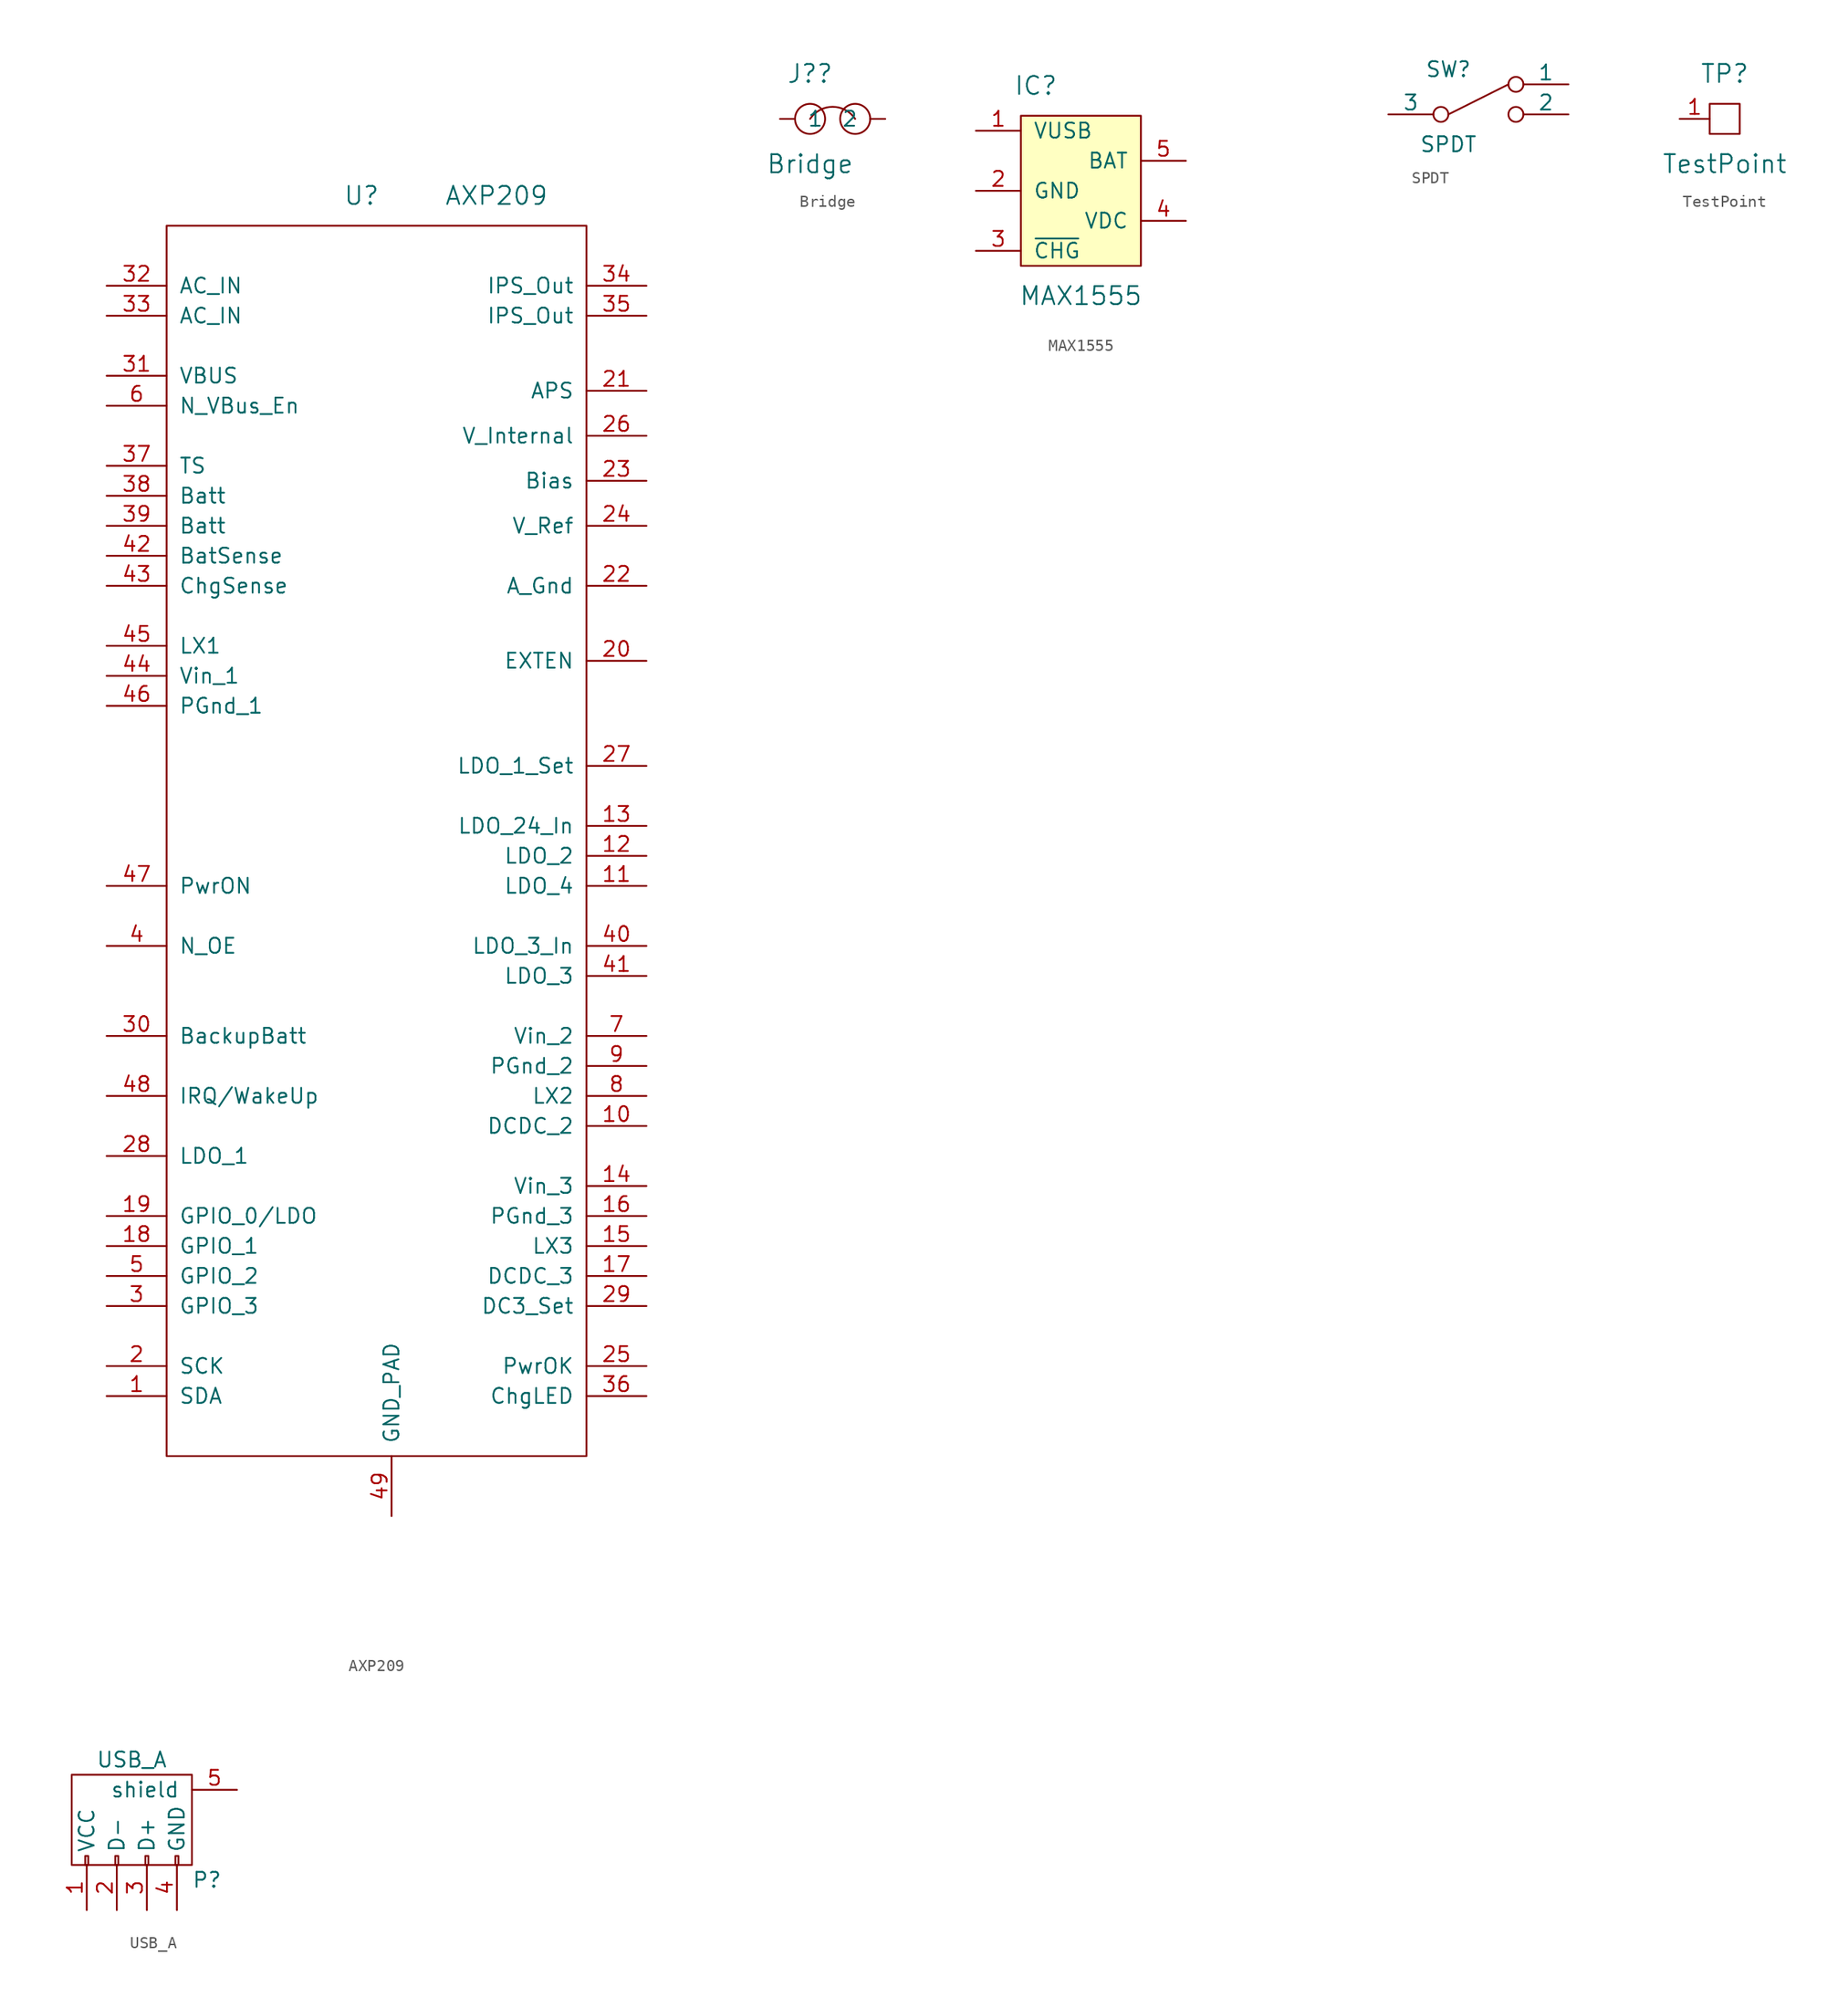
<source format=kicad_sym>
(kicad_symbol_lib
  (version 20201005)
  (generator kicad_symbol_editor)
  (symbol "AXP209"
    (pin_names
      (offset 1.016))
    (property "Reference" "U"
      (at -6.35 40.64 0)
      (effects (font (size 1.524 1.524))))
    (property "Value" "AXP209"
      (at 5.08 40.64 0)
      (effects (font (size 1.524 1.524))))
    (symbol "AXP209_0_1"
      (rectangle (start -22.86 38.1) (end 12.7 -66.04) (stroke (width 0)) (fill (type none))))
    (symbol "AXP209_1_1"
      (pin input line (at -27.94 -60.96 0) (length 5.08) (name "SDA" (effects (font (size 1.27 1.27)))) (number "1" (effects (font (size 1.27 1.27)))))
      (pin input line (at 17.78 -38.1 180) (length 5.08) (name "DCDC_2" (effects (font (size 1.27 1.27)))) (number "10" (effects (font (size 1.27 1.27)))))
      (pin input line (at 17.78 -17.78 180) (length 5.08) (name "LDO_4" (effects (font (size 1.27 1.27)))) (number "11" (effects (font (size 1.27 1.27)))))
      (pin input line (at 17.78 -15.24 180) (length 5.08) (name "LDO_2" (effects (font (size 1.27 1.27)))) (number "12" (effects (font (size 1.27 1.27)))))
      (pin input line (at 17.78 -12.7 180) (length 5.08) (name "LDO_24_In" (effects (font (size 1.27 1.27)))) (number "13" (effects (font (size 1.27 1.27)))))
      (pin input line (at 17.78 -43.18 180) (length 5.08) (name "Vin_3" (effects (font (size 1.27 1.27)))) (number "14" (effects (font (size 1.27 1.27)))))
      (pin input line (at 17.78 -48.26 180) (length 5.08) (name "LX3" (effects (font (size 1.27 1.27)))) (number "15" (effects (font (size 1.27 1.27)))))
      (pin input line (at 17.78 -45.72 180) (length 5.08) (name "PGnd_3" (effects (font (size 1.27 1.27)))) (number "16" (effects (font (size 1.27 1.27)))))
      (pin input line (at 17.78 -50.8 180) (length 5.08) (name "DCDC_3" (effects (font (size 1.27 1.27)))) (number "17" (effects (font (size 1.27 1.27)))))
      (pin input line (at -27.94 -48.26 0) (length 5.08) (name "GPIO_1" (effects (font (size 1.27 1.27)))) (number "18" (effects (font (size 1.27 1.27)))))
      (pin input line (at -27.94 -45.72 0) (length 5.08) (name "GPIO_0/LDO" (effects (font (size 1.27 1.27)))) (number "19" (effects (font (size 1.27 1.27)))))
      (pin input line (at -27.94 -58.42 0) (length 5.08) (name "SCK" (effects (font (size 1.27 1.27)))) (number "2" (effects (font (size 1.27 1.27)))))
      (pin output line (at 17.78 1.27 180) (length 5.08) (name "EXTEN" (effects (font (size 1.27 1.27)))) (number "20" (effects (font (size 1.27 1.27)))))
      (pin input line (at 17.78 24.13 180) (length 5.08) (name "APS" (effects (font (size 1.27 1.27)))) (number "21" (effects (font (size 1.27 1.27)))))
      (pin input line (at 17.78 7.62 180) (length 5.08) (name "A_Gnd" (effects (font (size 1.27 1.27)))) (number "22" (effects (font (size 1.27 1.27)))))
      (pin input line (at 17.78 16.51 180) (length 5.08) (name "Bias" (effects (font (size 1.27 1.27)))) (number "23" (effects (font (size 1.27 1.27)))))
      (pin input line (at 17.78 12.7 180) (length 5.08) (name "V_Ref" (effects (font (size 1.27 1.27)))) (number "24" (effects (font (size 1.27 1.27)))))
      (pin input line (at 17.78 -58.42 180) (length 5.08) (name "PwrOK" (effects (font (size 1.27 1.27)))) (number "25" (effects (font (size 1.27 1.27)))))
      (pin input line (at 17.78 20.32 180) (length 5.08) (name "V_Internal" (effects (font (size 1.27 1.27)))) (number "26" (effects (font (size 1.27 1.27)))))
      (pin input line (at 17.78 -7.62 180) (length 5.08) (name "LDO_1_Set" (effects (font (size 1.27 1.27)))) (number "27" (effects (font (size 1.27 1.27)))))
      (pin input line (at -27.94 -40.64 0) (length 5.08) (name "LDO_1" (effects (font (size 1.27 1.27)))) (number "28" (effects (font (size 1.27 1.27)))))
      (pin input line (at 17.78 -53.34 180) (length 5.08) (name "DC3_Set" (effects (font (size 1.27 1.27)))) (number "29" (effects (font (size 1.27 1.27)))))
      (pin input line (at -27.94 -53.34 0) (length 5.08) (name "GPIO_3" (effects (font (size 1.27 1.27)))) (number "3" (effects (font (size 1.27 1.27)))))
      (pin input line (at -27.94 -30.48 0) (length 5.08) (name "BackupBatt" (effects (font (size 1.27 1.27)))) (number "30" (effects (font (size 1.27 1.27)))))
      (pin input line (at -27.94 25.4 0) (length 5.08) (name "VBUS" (effects (font (size 1.27 1.27)))) (number "31" (effects (font (size 1.27 1.27)))))
      (pin input line (at -27.94 33.02 0) (length 5.08) (name "AC_IN" (effects (font (size 1.27 1.27)))) (number "32" (effects (font (size 1.27 1.27)))))
      (pin input line (at -27.94 30.48 0) (length 5.08) (name "AC_IN" (effects (font (size 1.27 1.27)))) (number "33" (effects (font (size 1.27 1.27)))))
      (pin input line (at 17.78 33.02 180) (length 5.08) (name "IPS_Out" (effects (font (size 1.27 1.27)))) (number "34" (effects (font (size 1.27 1.27)))))
      (pin input line (at 17.78 30.48 180) (length 5.08) (name "IPS_Out" (effects (font (size 1.27 1.27)))) (number "35" (effects (font (size 1.27 1.27)))))
      (pin input line (at 17.78 -60.96 180) (length 5.08) (name "ChgLED" (effects (font (size 1.27 1.27)))) (number "36" (effects (font (size 1.27 1.27)))))
      (pin input line (at -27.94 17.78 0) (length 5.08) (name "TS" (effects (font (size 1.27 1.27)))) (number "37" (effects (font (size 1.27 1.27)))))
      (pin input line (at -27.94 15.24 0) (length 5.08) (name "Batt" (effects (font (size 1.27 1.27)))) (number "38" (effects (font (size 1.27 1.27)))))
      (pin input line (at -27.94 12.7 0) (length 5.08) (name "Batt" (effects (font (size 1.27 1.27)))) (number "39" (effects (font (size 1.27 1.27)))))
      (pin input line (at -27.94 -22.86 0) (length 5.08) (name "N_OE" (effects (font (size 1.27 1.27)))) (number "4" (effects (font (size 1.27 1.27)))))
      (pin input line (at 17.78 -22.86 180) (length 5.08) (name "LDO_3_In" (effects (font (size 1.27 1.27)))) (number "40" (effects (font (size 1.27 1.27)))))
      (pin input line (at 17.78 -25.4 180) (length 5.08) (name "LDO_3" (effects (font (size 1.27 1.27)))) (number "41" (effects (font (size 1.27 1.27)))))
      (pin input line (at -27.94 10.16 0) (length 5.08) (name "BatSense" (effects (font (size 1.27 1.27)))) (number "42" (effects (font (size 1.27 1.27)))))
      (pin input line (at -27.94 7.62 0) (length 5.08) (name "ChgSense" (effects (font (size 1.27 1.27)))) (number "43" (effects (font (size 1.27 1.27)))))
      (pin input line (at -27.94 0 0) (length 5.08) (name "Vin_1" (effects (font (size 1.27 1.27)))) (number "44" (effects (font (size 1.27 1.27)))))
      (pin input line (at -27.94 2.54 0) (length 5.08) (name "LX1" (effects (font (size 1.27 1.27)))) (number "45" (effects (font (size 1.27 1.27)))))
      (pin input line (at -27.94 -2.54 0) (length 5.08) (name "PGnd_1" (effects (font (size 1.27 1.27)))) (number "46" (effects (font (size 1.27 1.27)))))
      (pin input line (at -27.94 -17.78 0) (length 5.08) (name "PwrON" (effects (font (size 1.27 1.27)))) (number "47" (effects (font (size 1.27 1.27)))))
      (pin input line (at -27.94 -35.56 0) (length 5.08) (name "IRQ/WakeUp" (effects (font (size 1.27 1.27)))) (number "48" (effects (font (size 1.27 1.27)))))
      (pin input line (at -3.81 -71.12 90) (length 5.08) (name "GND_PAD" (effects (font (size 1.27 1.27)))) (number "49" (effects (font (size 1.27 1.27)))))
      (pin input line (at -27.94 -50.8 0) (length 5.08) (name "GPIO_2" (effects (font (size 1.27 1.27)))) (number "5" (effects (font (size 1.27 1.27)))))
      (pin input line (at -27.94 22.86 0) (length 5.08) (name "N_VBus_En" (effects (font (size 1.27 1.27)))) (number "6" (effects (font (size 1.27 1.27)))))
      (pin input line (at 17.78 -30.48 180) (length 5.08) (name "Vin_2" (effects (font (size 1.27 1.27)))) (number "7" (effects (font (size 1.27 1.27)))))
      (pin input line (at 17.78 -35.56 180) (length 5.08) (name "LX2" (effects (font (size 1.27 1.27)))) (number "8" (effects (font (size 1.27 1.27)))))
      (pin input line (at 17.78 -33.02 180) (length 5.08) (name "PGnd_2" (effects (font (size 1.27 1.27)))) (number "9" (effects (font (size 1.27 1.27)))))))
  (symbol "Bridge"
    (pin_names
      (offset 1.016))
    (property "Reference" "J?"
      (at -1.27 3.81 0)
      (effects (font (size 1.524 1.524))))
    (property "Value" "Bridge"
      (at -1.27 -3.81 0)
      (effects (font (size 1.524 1.524))))
    (symbol "Bridge_0_1"
      (arc (start -1.27 0) (end 2.54 0) (radius (at 0.635 -1.27) (length 2.286) (angles 146.3 33.7)) (stroke (width 0)) (fill (type none)))
      (circle (center -1.27 0) (radius 1.27) (stroke (width 0)) (fill (type none)))
      (circle (center 2.54 0) (radius 1.27) (stroke (width 0)) (fill (type none))))
    (symbol "Bridge_1_1"
      (pin bidirectional line (at -3.81 0 0) (length 1.27) (name "1" (effects (font (size 1.27 1.27)))) (number "~" (effects (font (size 1.27 1.27)))))
      (pin bidirectional line (at 5.08 0 180) (length 1.27) (name "2" (effects (font (size 1.27 1.27)))) (number "~" (effects (font (size 1.27 1.27)))))))
  (symbol "MAX1555"
    (pin_names
      (offset 1.016))
    (property "Reference" "IC"
      (at -3.81 8.89 0)
      (effects (font (size 1.524 1.524))))
    (property "Value" "MAX1555"
      (at 0 -8.89 0)
      (effects (font (size 1.524 1.524))))
    (property "Footprint" ""
      (at 0 0 0)
      (effects (font (size 1.524 1.524))))
    (property "Datasheet" ""
      (at 0 0 0)
      (effects (font (size 1.524 1.524))))
    (symbol "MAX1555_0_1"
      (rectangle (start -5.08 6.35) (end 5.08 -6.35) (stroke (width 0)) (fill (type background))))
    (symbol "MAX1555_1_1"
      (pin power_in line (at -8.89 5.08 0) (length 3.81) (name "VUSB" (effects (font (size 1.27 1.27)))) (number "1" (effects (font (size 1.27 1.27)))))
      (pin power_in line (at -8.89 0 0) (length 3.81) (name "GND" (effects (font (size 1.27 1.27)))) (number "2" (effects (font (size 1.27 1.27)))))
      (pin output line (at -8.89 -5.08 0) (length 3.81) (name "~CHG~" (effects (font (size 1.27 1.27)))) (number "3" (effects (font (size 1.27 1.27)))))
      (pin power_in line (at 8.89 -2.54 180) (length 3.81) (name "VDC" (effects (font (size 1.27 1.27)))) (number "4" (effects (font (size 1.27 1.27)))))
      (pin power_in line (at 8.89 2.54 180) (length 3.81) (name "BAT" (effects (font (size 1.27 1.27)))) (number "5" (effects (font (size 1.27 1.27)))))))
  (symbol "SPDT"
    (pin_numbers hide)
    (pin_names
      (offset 0))
    (property "Reference" "SW"
      (at -2.54 3.81 0)
      (effects (font (size 1.27 1.27))))
    (property "Value" "SPDT"
      (at -2.54 -2.54 0)
      (effects (font (size 1.27 1.27))))
    (property "Footprint" ""
      (at -15.875 4.445 0)
      (effects (font (size 1.27 1.27))))
    (property "Datasheet" ""
      (at -15.875 4.445 0)
      (effects (font (size 1.27 1.27))))
    (symbol "SPDT_0_1"
      (circle (center -3.175 0) (radius 0.635) (stroke (width 0)) (fill (type none)))
      (circle (center 3.175 0) (radius 0.635) (stroke (width 0)) (fill (type none)))
      (circle (center 3.175 2.54) (radius 0.635) (stroke (width 0)) (fill (type none)))
      (polyline (pts (xy -2.54 0) (xy 2.54 2.54)) (stroke (width 0)) (fill (type none))))
    (symbol "SPDT_1_1"
      (pin passive line (at 7.62 2.54 180) (length 3.81) (name "1" (effects (font (size 1.27 1.27)))) (number "1" (effects (font (size 1.27 1.27)))))
      (pin passive line (at 7.62 0 180) (length 3.81) (name "2" (effects (font (size 1.27 1.27)))) (number "2" (effects (font (size 1.27 1.27)))))
      (pin passive line (at -7.62 0 0) (length 3.81) (name "3" (effects (font (size 1.27 1.27)))) (number "3" (effects (font (size 1.27 1.27)))))))
  (symbol "TestPoint"
    (pin_names
      (offset 1.016))
    (property "Reference" "TP"
      (at -1.27 3.81 0)
      (effects (font (size 1.524 1.524))))
    (property "Value" "TestPoint"
      (at -1.27 -3.81 0)
      (effects (font (size 1.524 1.524))))
    (symbol "TestPoint_0_1"
      (rectangle (start -2.54 1.27) (end 0 -1.27) (stroke (width 0)) (fill (type none))))
    (symbol "TestPoint_1_1"
      (pin input line (at -5.08 0 0) (length 2.54) (name "~" (effects (font (size 1.27 1.27)))) (number "1" (effects (font (size 1.27 1.27)))))))
  (symbol "USB_A"
    (pin_names
      (offset 1.016))
    (property "Reference" "P"
      (at 5.08 -5.08 0)
      (effects (font (size 1.27 1.27))))
    (property "Value" "USB_A"
      (at -1.27 5.08 0)
      (effects (font (size 1.27 1.27))))
    (property "Footprint" ""
      (at -1.27 -2.54 90)
      (effects (font (size 1.27 1.27))))
    (property "Datasheet" ""
      (at -1.27 -2.54 90)
      (effects (font (size 1.27 1.27))))
    (symbol "USB_A_0_1"
      (rectangle (start -6.35 -3.81) (end 3.81 3.81) (stroke (width 0)) (fill (type none)))
      (rectangle (start -5.207 -3.81) (end -4.953 -3.048) (stroke (width 0)) (fill (type none)))
      (rectangle (start -2.667 -3.81) (end -2.413 -3.048) (stroke (width 0)) (fill (type none)))
      (rectangle (start -0.127 -3.81) (end 0.127 -3.048) (stroke (width 0)) (fill (type none)))
      (rectangle (start 2.413 -3.81) (end 2.667 -3.048) (stroke (width 0)) (fill (type none))))
    (symbol "USB_A_1_1"
      (pin input line (at -5.08 -7.62 90) (length 3.81) (name "VCC" (effects (font (size 1.27 1.27)))) (number "1" (effects (font (size 1.27 1.27)))))
      (pin passive line (at -2.54 -7.62 90) (length 3.81) (name "D-" (effects (font (size 1.27 1.27)))) (number "2" (effects (font (size 1.27 1.27)))))
      (pin passive line (at 0 -7.62 90) (length 3.81) (name "D+" (effects (font (size 1.27 1.27)))) (number "3" (effects (font (size 1.27 1.27)))))
      (pin input line (at 2.54 -7.62 90) (length 3.81) (name "GND" (effects (font (size 1.27 1.27)))) (number "4" (effects (font (size 1.27 1.27)))))
      (pin passive line (at 7.62 2.54 180) (length 3.81) (name "shield" (effects (font (size 1.27 1.27)))) (number "5" (effects (font (size 1.27 1.27))))))))
</source>
